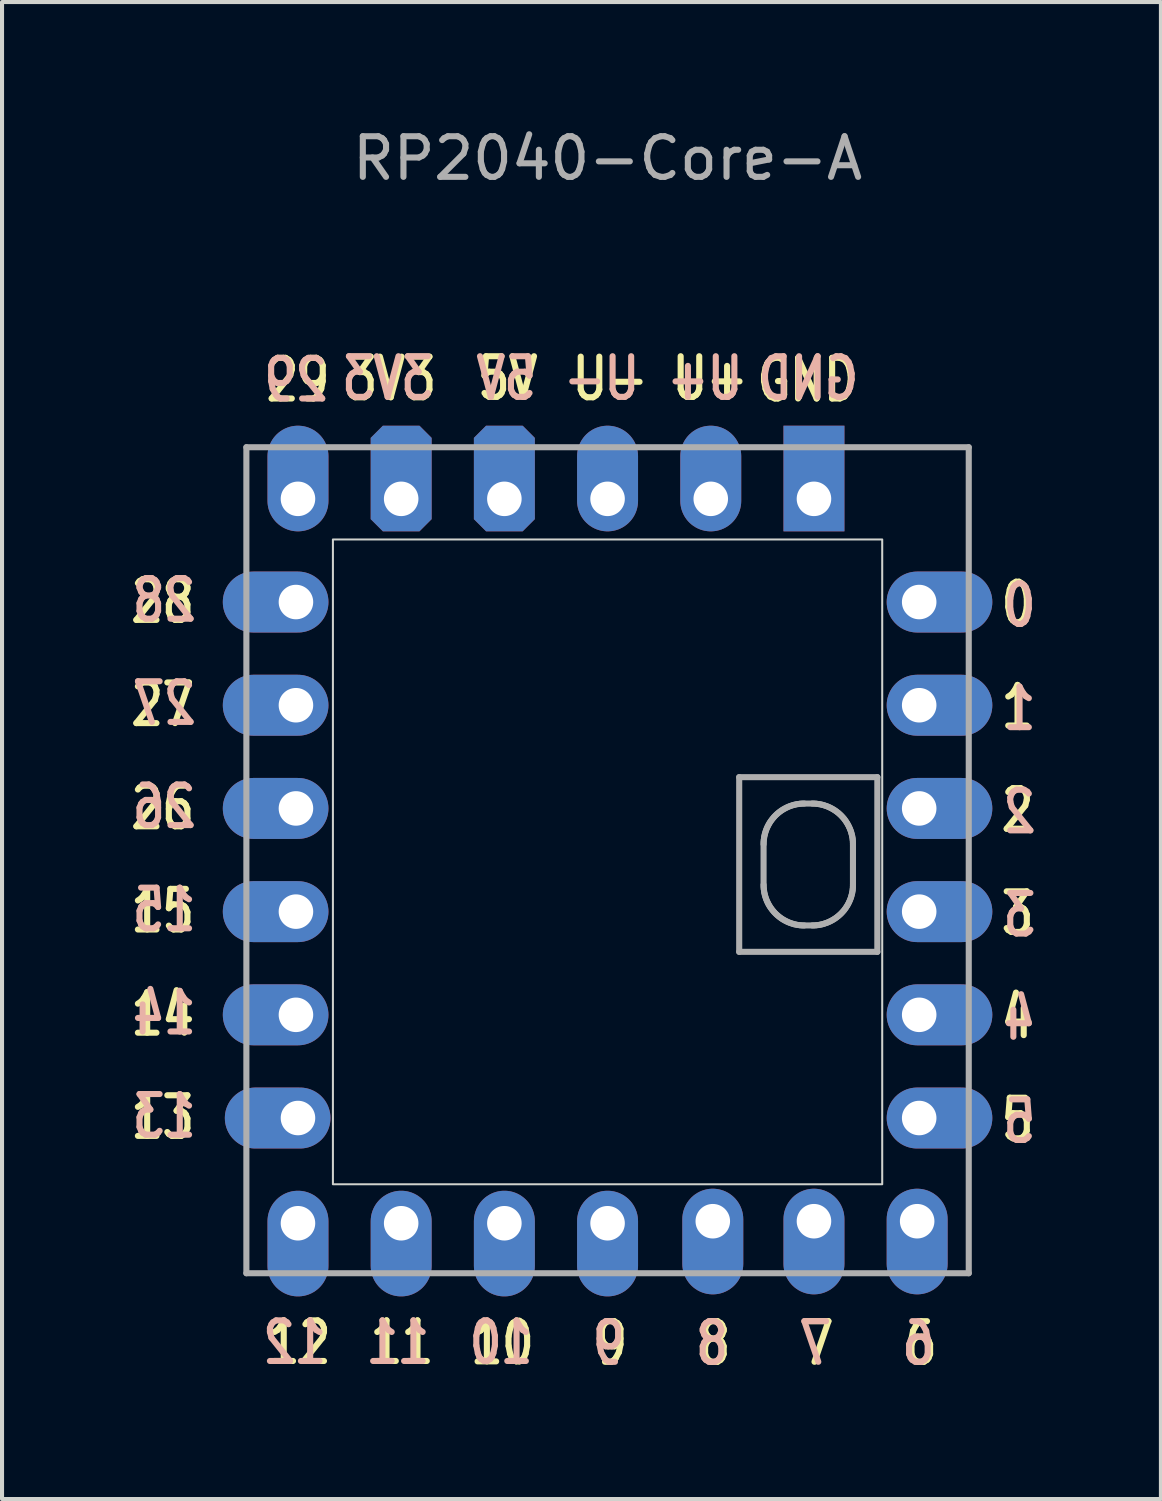
<source format=kicad_pcb>
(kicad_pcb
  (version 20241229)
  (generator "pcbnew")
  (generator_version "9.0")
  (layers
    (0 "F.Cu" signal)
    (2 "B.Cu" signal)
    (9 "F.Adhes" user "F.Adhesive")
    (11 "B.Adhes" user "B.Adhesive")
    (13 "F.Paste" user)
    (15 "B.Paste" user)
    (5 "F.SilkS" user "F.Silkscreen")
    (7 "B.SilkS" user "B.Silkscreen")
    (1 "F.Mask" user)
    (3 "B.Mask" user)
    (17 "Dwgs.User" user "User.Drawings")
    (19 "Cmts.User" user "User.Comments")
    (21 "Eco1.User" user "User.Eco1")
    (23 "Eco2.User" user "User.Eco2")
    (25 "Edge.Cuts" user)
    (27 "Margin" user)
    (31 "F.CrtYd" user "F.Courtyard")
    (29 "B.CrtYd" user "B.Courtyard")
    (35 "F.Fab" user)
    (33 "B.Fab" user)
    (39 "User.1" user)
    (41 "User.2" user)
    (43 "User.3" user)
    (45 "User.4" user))
  (footprint "RP2040-Core-A"
    (layer "F.Cu")
    (at 11.904 16.848)
    (property "Reference" "RP2040-Core-A" (at 0 -16 0) (layer "F.Fab") (effects (font (size 1 1) (thickness 0.15))))
    (attr through_hole exclude_from_pos_files)
    (fp_rect (start -6.76 -6.62) (end 6.76 9.25) (stroke (width 0.05) (type default)) (fill no) (layer "Edge.Cuts"))
    (fp_line (start -8.89 -8.89) (end 8.89 -8.89) (stroke (width 0.15) (type default)) (layer "F.Fab"))
    (fp_line (start -8.89 11.44) (end -8.89 -8.89) (stroke (width 0.15) (type default)) (layer "F.Fab"))
    (fp_line (start -8.89 11.44) (end 8.89 11.44) (stroke (width 0.15) (type default)) (layer "F.Fab"))
    (fp_line (start 3.24 -0.77) (end 6.64 -0.77) (stroke (width 0.15) (type default)) (layer "F.Fab"))
    (fp_line (start 3.24 3.53) (end 3.24 -0.77) (stroke (width 0.15) (type default)) (layer "F.Fab"))
    (fp_line (start 3.84 0.88) (end 3.841 0.829) (stroke (width 0.15) (type default)) (layer "F.Fab"))
    (fp_line (start 3.84 1.88) (end 3.84 0.88) (stroke (width 0.15) (type default)) (layer "F.Fab"))
    (fp_line (start 3.841 0.829) (end 3.845 0.778) (stroke (width 0.15) (type default)) (layer "F.Fab"))
    (fp_line (start 3.841 1.931) (end 3.84 1.88) (stroke (width 0.15) (type default)) (layer "F.Fab"))
    (fp_line (start 3.845 0.778) (end 3.852 0.728) (stroke (width 0.15) (type default)) (layer "F.Fab"))
    (fp_line (start 3.845 1.982) (end 3.841 1.931) (stroke (width 0.15) (type default)) (layer "F.Fab"))
    (fp_line (start 3.852 0.728) (end 3.86 0.679) (stroke (width 0.15) (type default)) (layer "F.Fab"))
    (fp_line (start 3.852 2.032) (end 3.845 1.982) (stroke (width 0.15) (type default)) (layer "F.Fab"))
    (fp_line (start 3.86 0.679) (end 3.872 0.63) (stroke (width 0.15) (type default)) (layer "F.Fab"))
    (fp_line (start 3.86 2.081) (end 3.852 2.032) (stroke (width 0.15) (type default)) (layer "F.Fab"))
    (fp_line (start 3.872 0.63) (end 3.885 0.583) (stroke (width 0.15) (type default)) (layer "F.Fab"))
    (fp_line (start 3.872 2.13) (end 3.86 2.081) (stroke (width 0.15) (type default)) (layer "F.Fab"))
    (fp_line (start 3.885 0.583) (end 3.901 0.536) (stroke (width 0.15) (type default)) (layer "F.Fab"))
    (fp_line (start 3.885 2.177) (end 3.872 2.13) (stroke (width 0.15) (type default)) (layer "F.Fab"))
    (fp_line (start 3.901 0.536) (end 3.919 0.491) (stroke (width 0.15) (type default)) (layer "F.Fab"))
    (fp_line (start 3.901 2.224) (end 3.885 2.177) (stroke (width 0.15) (type default)) (layer "F.Fab"))
    (fp_line (start 3.919 0.491) (end 3.939 0.447) (stroke (width 0.15) (type default)) (layer "F.Fab"))
    (fp_line (start 3.919 2.269) (end 3.901 2.224) (stroke (width 0.15) (type default)) (layer "F.Fab"))
    (fp_line (start 3.939 0.447) (end 3.961 0.404) (stroke (width 0.15) (type default)) (layer "F.Fab"))
    (fp_line (start 3.939 2.313) (end 3.919 2.269) (stroke (width 0.15) (type default)) (layer "F.Fab"))
    (fp_line (start 3.961 0.404) (end 3.985 0.362) (stroke (width 0.15) (type default)) (layer "F.Fab"))
    (fp_line (start 3.961 2.357) (end 3.939 2.313) (stroke (width 0.15) (type default)) (layer "F.Fab"))
    (fp_line (start 3.985 0.362) (end 4.011 0.321) (stroke (width 0.15) (type default)) (layer "F.Fab"))
    (fp_line (start 3.985 2.398) (end 3.961 2.357) (stroke (width 0.15) (type default)) (layer "F.Fab"))
    (fp_line (start 4.011 0.321) (end 4.039 0.282) (stroke (width 0.15) (type default)) (layer "F.Fab"))
    (fp_line (start 4.011 2.439) (end 3.985 2.398) (stroke (width 0.15) (type default)) (layer "F.Fab"))
    (fp_line (start 4.039 0.282) (end 4.069 0.244) (stroke (width 0.15) (type default)) (layer "F.Fab"))
    (fp_line (start 4.039 2.478) (end 4.011 2.439) (stroke (width 0.15) (type default)) (layer "F.Fab"))
    (fp_line (start 4.069 0.244) (end 4.1 0.208) (stroke (width 0.15) (type default)) (layer "F.Fab"))
    (fp_line (start 4.069 2.516) (end 4.039 2.478) (stroke (width 0.15) (type default)) (layer "F.Fab"))
    (fp_line (start 4.1 0.208) (end 4.133 0.173) (stroke (width 0.15) (type default)) (layer "F.Fab"))
    (fp_line (start 4.1 2.552) (end 4.069 2.516) (stroke (width 0.15) (type default)) (layer "F.Fab"))
    (fp_line (start 4.133 0.173) (end 4.168 0.14) (stroke (width 0.15) (type default)) (layer "F.Fab"))
    (fp_line (start 4.133 2.587) (end 4.1 2.552) (stroke (width 0.15) (type default)) (layer "F.Fab"))
    (fp_line (start 4.168 0.14) (end 4.204 0.108) (stroke (width 0.15) (type default)) (layer "F.Fab"))
    (fp_line (start 4.168 2.62) (end 4.133 2.587) (stroke (width 0.15) (type default)) (layer "F.Fab"))
    (fp_line (start 4.204 0.108) (end 4.242 0.079) (stroke (width 0.15) (type default)) (layer "F.Fab"))
    (fp_line (start 4.204 2.651) (end 4.168 2.62) (stroke (width 0.15) (type default)) (layer "F.Fab"))
    (fp_line (start 4.242 0.079) (end 4.281 0.051) (stroke (width 0.15) (type default)) (layer "F.Fab"))
    (fp_line (start 4.242 2.681) (end 4.204 2.651) (stroke (width 0.15) (type default)) (layer "F.Fab"))
    (fp_line (start 4.281 0.051) (end 4.322 0.025) (stroke (width 0.15) (type default)) (layer "F.Fab"))
    (fp_line (start 4.281 2.709) (end 4.242 2.681) (stroke (width 0.15) (type default)) (layer "F.Fab"))
    (fp_line (start 4.322 0.025) (end 4.364 0.001) (stroke (width 0.15) (type default)) (layer "F.Fab"))
    (fp_line (start 4.322 2.735) (end 4.281 2.709) (stroke (width 0.15) (type default)) (layer "F.Fab"))
    (fp_line (start 4.364 0.001) (end 4.407 -0.021) (stroke (width 0.15) (type default)) (layer "F.Fab"))
    (fp_line (start 4.364 2.759) (end 4.322 2.735) (stroke (width 0.15) (type default)) (layer "F.Fab"))
    (fp_line (start 4.407 -0.021) (end 4.451 -0.041) (stroke (width 0.15) (type default)) (layer "F.Fab"))
    (fp_line (start 4.407 2.781) (end 4.364 2.759) (stroke (width 0.15) (type default)) (layer "F.Fab"))
    (fp_line (start 4.451 -0.041) (end 4.496 -0.059) (stroke (width 0.15) (type default)) (layer "F.Fab"))
    (fp_line (start 4.451 2.801) (end 4.407 2.781) (stroke (width 0.15) (type default)) (layer "F.Fab"))
    (fp_line (start 4.496 -0.059) (end 4.543 -0.075) (stroke (width 0.15) (type default)) (layer "F.Fab"))
    (fp_line (start 4.496 2.819) (end 4.451 2.801) (stroke (width 0.15) (type default)) (layer "F.Fab"))
    (fp_line (start 4.543 -0.075) (end 4.59 -0.088) (stroke (width 0.15) (type default)) (layer "F.Fab"))
    (fp_line (start 4.543 2.835) (end 4.496 2.819) (stroke (width 0.15) (type default)) (layer "F.Fab"))
    (fp_line (start 4.59 -0.088) (end 4.639 -0.1) (stroke (width 0.15) (type default)) (layer "F.Fab"))
    (fp_line (start 4.59 2.849) (end 4.543 2.835) (stroke (width 0.15) (type default)) (layer "F.Fab"))
    (fp_line (start 4.639 -0.1) (end 4.688 -0.108) (stroke (width 0.15) (type default)) (layer "F.Fab"))
    (fp_line (start 4.639 2.86) (end 4.59 2.849) (stroke (width 0.15) (type default)) (layer "F.Fab"))
    (fp_line (start 4.688 -0.108) (end 4.738 -0.115) (stroke (width 0.15) (type default)) (layer "F.Fab"))
    (fp_line (start 4.688 2.869) (end 4.639 2.86) (stroke (width 0.15) (type default)) (layer "F.Fab"))
    (fp_line (start 4.738 -0.115) (end 4.789 -0.119) (stroke (width 0.15) (type default)) (layer "F.Fab"))
    (fp_line (start 4.738 2.875) (end 4.688 2.869) (stroke (width 0.15) (type default)) (layer "F.Fab"))
    (fp_line (start 4.789 -0.119) (end 4.84 -0.12) (stroke (width 0.15) (type default)) (layer "F.Fab"))
    (fp_line (start 4.789 2.879) (end 4.738 2.875) (stroke (width 0.15) (type default)) (layer "F.Fab"))
    (fp_line (start 4.84 -0.12) (end 5.04 -0.12) (stroke (width 0.15) (type default)) (layer "F.Fab"))
    (fp_line (start 4.84 2.88) (end 4.789 2.879) (stroke (width 0.15) (type default)) (layer "F.Fab"))
    (fp_line (start 5.04 -0.12) (end 5.091 -0.119) (stroke (width 0.15) (type default)) (layer "F.Fab"))
    (fp_line (start 5.04 2.88) (end 4.84 2.88) (stroke (width 0.15) (type default)) (layer "F.Fab"))
    (fp_line (start 5.091 -0.119) (end 5.142 -0.115) (stroke (width 0.15) (type default)) (layer "F.Fab"))
    (fp_line (start 5.091 2.879) (end 5.04 2.88) (stroke (width 0.15) (type default)) (layer "F.Fab"))
    (fp_line (start 5.142 -0.115) (end 5.192 -0.108) (stroke (width 0.15) (type default)) (layer "F.Fab"))
    (fp_line (start 5.142 2.875) (end 5.091 2.879) (stroke (width 0.15) (type default)) (layer "F.Fab"))
    (fp_line (start 5.192 -0.108) (end 5.242 -0.1) (stroke (width 0.15) (type default)) (layer "F.Fab"))
    (fp_line (start 5.192 2.869) (end 5.142 2.875) (stroke (width 0.15) (type default)) (layer "F.Fab"))
    (fp_line (start 5.242 -0.1) (end 5.29 -0.088) (stroke (width 0.15) (type default)) (layer "F.Fab"))
    (fp_line (start 5.242 2.86) (end 5.192 2.869) (stroke (width 0.15) (type default)) (layer "F.Fab"))
    (fp_line (start 5.29 -0.088) (end 5.337 -0.075) (stroke (width 0.15) (type default)) (layer "F.Fab"))
    (fp_line (start 5.29 2.849) (end 5.242 2.86) (stroke (width 0.15) (type default)) (layer "F.Fab"))
    (fp_line (start 5.337 -0.075) (end 5.384 -0.059) (stroke (width 0.15) (type default)) (layer "F.Fab"))
    (fp_line (start 5.337 2.835) (end 5.29 2.849) (stroke (width 0.15) (type default)) (layer "F.Fab"))
    (fp_line (start 5.384 -0.059) (end 5.429 -0.041) (stroke (width 0.15) (type default)) (layer "F.Fab"))
    (fp_line (start 5.384 2.819) (end 5.337 2.835) (stroke (width 0.15) (type default)) (layer "F.Fab"))
    (fp_line (start 5.429 -0.041) (end 5.473 -0.021) (stroke (width 0.15) (type default)) (layer "F.Fab"))
    (fp_line (start 5.429 2.801) (end 5.384 2.819) (stroke (width 0.15) (type default)) (layer "F.Fab"))
    (fp_line (start 5.473 -0.021) (end 5.516 0.001) (stroke (width 0.15) (type default)) (layer "F.Fab"))
    (fp_line (start 5.473 2.781) (end 5.429 2.801) (stroke (width 0.15) (type default)) (layer "F.Fab"))
    (fp_line (start 5.516 0.001) (end 5.558 0.025) (stroke (width 0.15) (type default)) (layer "F.Fab"))
    (fp_line (start 5.516 2.759) (end 5.473 2.781) (stroke (width 0.15) (type default)) (layer "F.Fab"))
    (fp_line (start 5.558 0.025) (end 5.599 0.051) (stroke (width 0.15) (type default)) (layer "F.Fab"))
    (fp_line (start 5.558 2.735) (end 5.516 2.759) (stroke (width 0.15) (type default)) (layer "F.Fab"))
    (fp_line (start 5.599 0.051) (end 5.638 0.079) (stroke (width 0.15) (type default)) (layer "F.Fab"))
    (fp_line (start 5.599 2.709) (end 5.558 2.735) (stroke (width 0.15) (type default)) (layer "F.Fab"))
    (fp_line (start 5.638 0.079) (end 5.676 0.108) (stroke (width 0.15) (type default)) (layer "F.Fab"))
    (fp_line (start 5.638 2.681) (end 5.599 2.709) (stroke (width 0.15) (type default)) (layer "F.Fab"))
    (fp_line (start 5.676 0.108) (end 5.712 0.14) (stroke (width 0.15) (type default)) (layer "F.Fab"))
    (fp_line (start 5.676 2.651) (end 5.638 2.681) (stroke (width 0.15) (type default)) (layer "F.Fab"))
    (fp_line (start 5.712 0.14) (end 5.747 0.173) (stroke (width 0.15) (type default)) (layer "F.Fab"))
    (fp_line (start 5.712 2.62) (end 5.676 2.651) (stroke (width 0.15) (type default)) (layer "F.Fab"))
    (fp_line (start 5.747 0.173) (end 5.78 0.208) (stroke (width 0.15) (type default)) (layer "F.Fab"))
    (fp_line (start 5.747 2.587) (end 5.712 2.62) (stroke (width 0.15) (type default)) (layer "F.Fab"))
    (fp_line (start 5.78 0.208) (end 5.812 0.244) (stroke (width 0.15) (type default)) (layer "F.Fab"))
    (fp_line (start 5.78 2.552) (end 5.747 2.587) (stroke (width 0.15) (type default)) (layer "F.Fab"))
    (fp_line (start 5.812 0.244) (end 5.841 0.282) (stroke (width 0.15) (type default)) (layer "F.Fab"))
    (fp_line (start 5.812 2.516) (end 5.78 2.552) (stroke (width 0.15) (type default)) (layer "F.Fab"))
    (fp_line (start 5.841 0.282) (end 5.869 0.321) (stroke (width 0.15) (type default)) (layer "F.Fab"))
    (fp_line (start 5.841 2.478) (end 5.812 2.516) (stroke (width 0.15) (type default)) (layer "F.Fab"))
    (fp_line (start 5.869 0.321) (end 5.895 0.362) (stroke (width 0.15) (type default)) (layer "F.Fab"))
    (fp_line (start 5.869 2.439) (end 5.841 2.478) (stroke (width 0.15) (type default)) (layer "F.Fab"))
    (fp_line (start 5.895 0.362) (end 5.919 0.404) (stroke (width 0.15) (type default)) (layer "F.Fab"))
    (fp_line (start 5.895 2.398) (end 5.869 2.439) (stroke (width 0.15) (type default)) (layer "F.Fab"))
    (fp_line (start 5.919 0.404) (end 5.941 0.447) (stroke (width 0.15) (type default)) (layer "F.Fab"))
    (fp_line (start 5.919 2.357) (end 5.895 2.398) (stroke (width 0.15) (type default)) (layer "F.Fab"))
    (fp_line (start 5.941 0.447) (end 5.961 0.491) (stroke (width 0.15) (type default)) (layer "F.Fab"))
    (fp_line (start 5.941 2.313) (end 5.919 2.357) (stroke (width 0.15) (type default)) (layer "F.Fab"))
    (fp_line (start 5.961 0.491) (end 5.979 0.536) (stroke (width 0.15) (type default)) (layer "F.Fab"))
    (fp_line (start 5.961 2.269) (end 5.941 2.313) (stroke (width 0.15) (type default)) (layer "F.Fab"))
    (fp_line (start 5.979 0.536) (end 5.995 0.583) (stroke (width 0.15) (type default)) (layer "F.Fab"))
    (fp_line (start 5.979 2.224) (end 5.961 2.269) (stroke (width 0.15) (type default)) (layer "F.Fab"))
    (fp_line (start 5.995 0.583) (end 6.008 0.63) (stroke (width 0.15) (type default)) (layer "F.Fab"))
    (fp_line (start 5.995 2.177) (end 5.979 2.224) (stroke (width 0.15) (type default)) (layer "F.Fab"))
    (fp_line (start 6.008 0.63) (end 6.02 0.679) (stroke (width 0.15) (type default)) (layer "F.Fab"))
    (fp_line (start 6.008 2.13) (end 5.995 2.177) (stroke (width 0.15) (type default)) (layer "F.Fab"))
    (fp_line (start 6.02 0.679) (end 6.029 0.728) (stroke (width 0.15) (type default)) (layer "F.Fab"))
    (fp_line (start 6.02 2.081) (end 6.008 2.13) (stroke (width 0.15) (type default)) (layer "F.Fab"))
    (fp_line (start 6.029 0.728) (end 6.035 0.778) (stroke (width 0.15) (type default)) (layer "F.Fab"))
    (fp_line (start 6.029 2.032) (end 6.02 2.081) (stroke (width 0.15) (type default)) (layer "F.Fab"))
    (fp_line (start 6.035 0.778) (end 6.039 0.829) (stroke (width 0.15) (type default)) (layer "F.Fab"))
    (fp_line (start 6.035 1.982) (end 6.029 2.032) (stroke (width 0.15) (type default)) (layer "F.Fab"))
    (fp_line (start 6.039 0.829) (end 6.04 0.88) (stroke (width 0.15) (type default)) (layer "F.Fab"))
    (fp_line (start 6.039 1.931) (end 6.035 1.982) (stroke (width 0.15) (type default)) (layer "F.Fab"))
    (fp_line (start 6.04 0.88) (end 6.04 1.88) (stroke (width 0.15) (type default)) (layer "F.Fab"))
    (fp_line (start 6.04 1.88) (end 6.039 1.931) (stroke (width 0.15) (type default)) (layer "F.Fab"))
    (fp_line (start 6.64 -0.77) (end 6.64 3.53) (stroke (width 0.15) (type default)) (layer "F.Fab"))
    (fp_line (start 6.64 3.53) (end 3.24 3.53) (stroke (width 0.15) (type default)) (layer "F.Fab"))
    (fp_line (start 8.89 11.44) (end 8.89 -8.89) (stroke (width 0.15) (type default)) (layer "F.Fab"))
    (fp_text user "GND" (at 3.6 -9.96 0) (unlocked yes) (layer "F.SilkS") (effects (font (size 1 0.8) (thickness 0.15)) (justify left bottom)))
    (fp_text user "2" (at 10.57 0.63 0) (unlocked yes) (layer "F.SilkS") (effects (font (size 1 0.8) (thickness 0.15)) (justify right bottom)))
    (fp_text user "10" (at -3.45 13.74 0) (unlocked yes) (layer "F.SilkS") (effects (font (size 1 0.8) (thickness 0.15)) (justify left bottom)))
    (fp_text user "27" (at -10.09 -1.97 0) (unlocked yes) (layer "F.SilkS") (effects (font (size 1 0.8) (thickness 0.15)) (justify right bottom)))
    (fp_text user "9" (at -0.39 13.75 0) (unlocked yes) (layer "F.SilkS") (effects (font (size 1 0.8) (thickness 0.15)) (justify left bottom)))
    (fp_text user "14" (at -10.09 5.65 0) (unlocked yes) (layer "F.SilkS") (effects (font (size 1 0.8) (thickness 0.15)) (justify right bottom)))
    (fp_text user "11" (at -5.92 13.73 0) (unlocked yes) (layer "F.SilkS") (effects (font (size 1 0.8) (thickness 0.15)) (justify left bottom)))
    (fp_text user "13" (at -10.09 8.19 0) (unlocked yes) (layer "F.SilkS") (effects (font (size 1 0.8) (thickness 0.15)) (justify right bottom)))
    (fp_text user "4" (at 10.57 5.71 0) (unlocked yes) (layer "F.SilkS") (effects (font (size 1 0.8) (thickness 0.15)) (justify right bottom)))
    (fp_text user "U+" (at 1.51 -10 0) (unlocked yes) (layer "F.SilkS") (effects (font (size 1 0.8) (thickness 0.15)) (justify left bottom)))
    (fp_text user "3" (at 10.57 3.17 0) (unlocked yes) (layer "F.SilkS") (effects (font (size 1 0.8) (thickness 0.15)) (justify right bottom)))
    (fp_text user "7" (at 4.69 13.75 0) (unlocked yes) (layer "F.SilkS") (effects (font (size 1 0.8) (thickness 0.15)) (justify left bottom)))
    (fp_text user "29" (at -8.48 -9.96 0) (unlocked yes) (layer "F.SilkS") (effects (font (size 1 0.8) (thickness 0.15)) (justify left bottom)))
    (fp_text user "6" (at 7.23 13.75 0) (unlocked yes) (layer "F.SilkS") (effects (font (size 1 0.8) (thickness 0.15)) (justify left bottom)))
    (fp_text user "28" (at -10.09 -4.51 0) (unlocked yes) (layer "F.SilkS") (effects (font (size 1 0.8) (thickness 0.15)) (justify right bottom)))
    (fp_text user "12" (at -8.45 13.73 0) (unlocked yes) (layer "F.SilkS") (effects (font (size 1 0.8) (thickness 0.15)) (justify left bottom)))
    (fp_text user "8" (at 2.15 13.75 0) (unlocked yes) (layer "F.SilkS") (effects (font (size 1 0.8) (thickness 0.15)) (justify left bottom)))
    (fp_text user "5" (at 10.57 8.25 0) (unlocked yes) (layer "F.SilkS") (effects (font (size 1 0.8) (thickness 0.15)) (justify right bottom)))
    (fp_text user "26" (at -10.09 0.57 0) (unlocked yes) (layer "F.SilkS") (effects (font (size 1 0.8) (thickness 0.15)) (justify right bottom)))
    (fp_text user "1" (at 10.57 -1.91 0) (unlocked yes) (layer "F.SilkS") (effects (font (size 1 0.8) (thickness 0.15)) (justify right bottom)))
    (fp_text user "15" (at -10.09 3.11 0) (unlocked yes) (layer "F.SilkS") (effects (font (size 1 0.8) (thickness 0.15)) (justify right bottom)))
    (fp_text user "U-" (at -0.95 -9.99 0) (unlocked yes) (layer "F.SilkS") (effects (font (size 1 0.8) (thickness 0.15)) (justify left bottom)))
    (fp_text user "0" (at 10.57 -4.45 0) (unlocked yes) (layer "F.SilkS") (effects (font (size 1 0.8) (thickness 0.15)) (justify right bottom)))
    (fp_text user "5V" (at -3.28 -10 0) (unlocked yes) (layer "F.SilkS") (effects (font (size 1 0.8) (thickness 0.15)) (justify left bottom)))
    (fp_text user "3V3" (at -6.54 -9.99 0) (unlocked yes) (layer "F.SilkS") (effects (font (size 1 0.8) (thickness 0.15)) (justify left bottom)))
    (fp_text user "5" (at 10.62 8.29 0) (unlocked yes) (layer "B.SilkS") (effects (font (size 1 0.8) (thickness 0.15)) (justify left bottom mirror)))
    (fp_text user "GND" (at 6.26 -10 0) (unlocked yes) (layer "B.SilkS") (effects (font (size 1 0.8) (thickness 0.15)) (justify left bottom mirror)))
    (fp_text user "11" (at -4.3 13.73 0) (unlocked yes) (layer "B.SilkS") (effects (font (size 1 0.8) (thickness 0.15)) (justify left bottom mirror)))
    (fp_text user "9" (at 0.51 13.75 0) (unlocked yes) (layer "B.SilkS") (effects (font (size 1 0.8) (thickness 0.15)) (justify left bottom mirror)))
    (fp_text user "26" (at -10.05 0.54 0) (unlocked yes) (layer "B.SilkS") (effects (font (size 1 0.8) (thickness 0.15)) (justify left bottom mirror)))
    (fp_text user "U+" (at 3.41 -10 0) (unlocked yes) (layer "B.SilkS") (effects (font (size 1 0.8) (thickness 0.15)) (justify left bottom mirror)))
    (fp_text user "12" (at -6.84 13.73 0) (unlocked yes) (layer "B.SilkS") (effects (font (size 1 0.8) (thickness 0.15)) (justify left bottom mirror)))
    (fp_text user "28" (at -10.05 -4.54 0) (unlocked yes) (layer "B.SilkS") (effects (font (size 1 0.8) (thickness 0.15)) (justify left bottom mirror)))
    (fp_text user "5V" (at -1.67 -10 0) (unlocked yes) (layer "B.SilkS") (effects (font (size 1 0.8) (thickness 0.15)) (justify left bottom mirror)))
    (fp_text user "10" (at -1.76 13.73 0) (unlocked yes) (layer "B.SilkS") (effects (font (size 1 0.8) (thickness 0.15)) (justify left bottom mirror)))
    (fp_text user "2" (at 10.62 0.67 0) (unlocked yes) (layer "B.SilkS") (effects (font (size 1 0.8) (thickness 0.15)) (justify left bottom mirror)))
    (fp_text user "13" (at -10.05 8.16 0) (unlocked yes) (layer "B.SilkS") (effects (font (size 1 0.8) (thickness 0.15)) (justify left bottom mirror)))
    (fp_text user "3V3" (at -4.21 -10 0) (unlocked yes) (layer "B.SilkS") (effects (font (size 1 0.8) (thickness 0.15)) (justify left bottom mirror)))
    (fp_text user "1" (at 10.62 -1.87 0) (unlocked yes) (layer "B.SilkS") (effects (font (size 1 0.8) (thickness 0.15)) (justify left bottom mirror)))
    (fp_text user "15" (at -10.05 3.08 0) (unlocked yes) (layer "B.SilkS") (effects (font (size 1 0.8) (thickness 0.15)) (justify left bottom mirror)))
    (fp_text user "27" (at -10.05 -2 0) (unlocked yes) (layer "B.SilkS") (effects (font (size 1 0.8) (thickness 0.15)) (justify left bottom mirror)))
    (fp_text user "6" (at 8.13 13.75 0) (unlocked yes) (layer "B.SilkS") (effects (font (size 1 0.8) (thickness 0.15)) (justify left bottom mirror)))
    (fp_text user "3" (at 10.62 3.21 0) (unlocked yes) (layer "B.SilkS") (effects (font (size 1 0.8) (thickness 0.15)) (justify left bottom mirror)))
    (fp_text user "14" (at -10.05 5.62 0) (unlocked yes) (layer "B.SilkS") (effects (font (size 1 0.8) (thickness 0.15)) (justify left bottom mirror)))
    (fp_text user "0" (at 10.62 -4.41 0) (unlocked yes) (layer "B.SilkS") (effects (font (size 1 0.8) (thickness 0.15)) (justify left bottom mirror)))
    (fp_text user "8" (at 3.05 13.75 0) (unlocked yes) (layer "B.SilkS") (effects (font (size 1 0.8) (thickness 0.15)) (justify left bottom mirror)))
    (fp_text user "7" (at 5.59 13.75 0) (unlocked yes) (layer "B.SilkS") (effects (font (size 1 0.8) (thickness 0.15)) (justify left bottom mirror)))
    (fp_text user "U-" (at 0.87 -10 0) (unlocked yes) (layer "B.SilkS") (effects (font (size 1 0.8) (thickness 0.15)) (justify left bottom mirror)))
    (fp_text user "4" (at 10.62 5.75 0) (unlocked yes) (layer "B.SilkS") (effects (font (size 1 0.8) (thickness 0.15)) (justify left bottom mirror)))
    (fp_text user "29" (at -6.81 -9.96 0) (unlocked yes) (layer "B.SilkS") (effects (font (size 1 0.8) (thickness 0.15)) (justify left bottom mirror)))
    (pad "0" thru_hole oval (at 7.67 -5.08 180) (size 2.6 1.5) (drill 0.85 (offset -0.5 0)) (layers "*.Cu" "*.Mask"))
    (pad "1" thru_hole oval (at 7.67 -2.54 180) (size 2.6 1.5) (drill 0.85 (offset -0.5 0)) (layers "*.Cu" "*.Mask"))
    (pad "2" thru_hole oval (at 7.67 0 180) (size 2.6 1.5) (drill 0.85 (offset -0.5 0)) (layers "*.Cu" "*.Mask"))
    (pad "3" thru_hole oval (at 7.67 2.54 180) (size 2.6 1.5) (drill 0.85 (offset -0.5 0)) (layers "*.Cu" "*.Mask"))
    (pad "4" thru_hole oval (at 7.67 5.08 180) (size 2.6 1.5) (drill 0.85 (offset -0.5 0)) (layers "*.Cu" "*.Mask"))
    (pad "5" thru_hole oval (at 7.67 7.62 180) (size 2.6 1.5) (drill 0.85 (offset -0.5 0)) (layers "*.Cu" "*.Mask"))
    (pad "6" thru_hole oval (at 7.62 10.16 90) (size 2.6 1.5) (drill 0.85 (offset -0.5 0)) (layers "*.Cu" "*.Mask"))
    (pad "7" thru_hole oval (at 5.08 10.16 90) (size 2.6 1.5) (drill 0.85 (offset -0.5 0)) (layers "*.Cu" "*.Mask"))
    (pad "8" thru_hole oval (at 2.59 10.16 90) (size 2.6 1.5) (drill 0.85 (offset -0.5 0)) (layers "*.Cu" "*.Mask"))
    (pad "9" thru_hole oval (at 0 10.21 90) (size 2.6 1.5) (drill 0.85 (offset -0.5 0)) (layers "*.Cu" "*.Mask"))
    (pad "10" thru_hole oval (at -2.54 10.21 90) (size 2.6 1.5) (drill 0.85 (offset -0.5 0)) (layers "*.Cu" "*.Mask"))
    (pad "11" thru_hole oval (at -5.08 10.21 90) (size 2.6 1.5) (drill 0.85 (offset -0.5 0)) (layers "*.Cu" "*.Mask"))
    (pad "12" thru_hole oval (at -7.62 10.21 90) (size 2.6 1.5) (drill 0.85 (offset -0.5 0)) (layers "*.Cu" "*.Mask"))
    (pad "13" thru_hole oval (at -7.62 7.62) (size 2.6 1.5) (drill 0.85 (offset -0.5 0)) (layers "*.Cu" "*.Mask"))
    (pad "14" thru_hole oval (at -7.67 5.08) (size 2.6 1.5) (drill 0.85 (offset -0.5 0)) (layers "*.Cu" "*.Mask"))
    (pad "15" thru_hole oval (at -7.67 2.54) (size 2.6 1.5) (drill 0.85 (offset -0.5 0)) (layers "*.Cu" "*.Mask"))
    (pad "26" thru_hole oval (at -7.67 0) (size 2.6 1.5) (drill 0.85 (offset -0.5 0)) (layers "*.Cu" "*.Mask"))
    (pad "27" thru_hole oval (at -7.67 -2.54) (size 2.6 1.5) (drill 0.85 (offset -0.5 0)) (layers "*.Cu" "*.Mask"))
    (pad "28" thru_hole oval (at -7.67 -5.08) (size 2.6 1.5) (drill 0.85 (offset -0.5 0)) (layers "*.Cu" "*.Mask"))
    (pad "29" thru_hole oval (at -7.62 -7.62 270) (size 2.6 1.5) (drill 0.85 (offset -0.5 0)) (layers "*.Cu" "*.Mask"))
    (pad "30" thru_hole roundrect (at -5.08 -7.62 270) (size 2.6 1.5) (drill 0.85 (offset -0.5 0)) (layers "*.Cu" "*.Mask") (roundrect_rratio 0) (chamfer_ratio 0.2) (chamfer top_left top_right bottom_left bottom_right))
    (pad "31" thru_hole roundrect (at -2.54 -7.62 270) (size 2.6 1.5) (drill 0.85 (offset -0.5 0)) (layers "*.Cu" "*.Mask") (roundrect_rratio 0) (chamfer_ratio 0.2) (chamfer top_left top_right bottom_left bottom_right))
    (pad "32" thru_hole oval (at 0 -7.62 270) (size 2.6 1.5) (drill 0.85 (offset -0.5 0)) (layers "*.Cu" "*.Mask"))
    (pad "33" thru_hole oval (at 2.54 -7.62 270) (size 2.6 1.5) (drill 0.85 (offset -0.5 0)) (layers "*.Cu" "*.Mask"))
    (pad "34" thru_hole rect (at 5.08 -7.62 270) (size 2.6 1.5) (drill 0.85 (offset -0.5 0)) (layers "*.Cu" "*.Mask")))
  (gr_rect
    (start -3 -3)
    (end 25.524 33.845)
    (stroke (width 0.1) (type default))
    (fill no)
    (layer "Edge.Cuts")))
</source>
